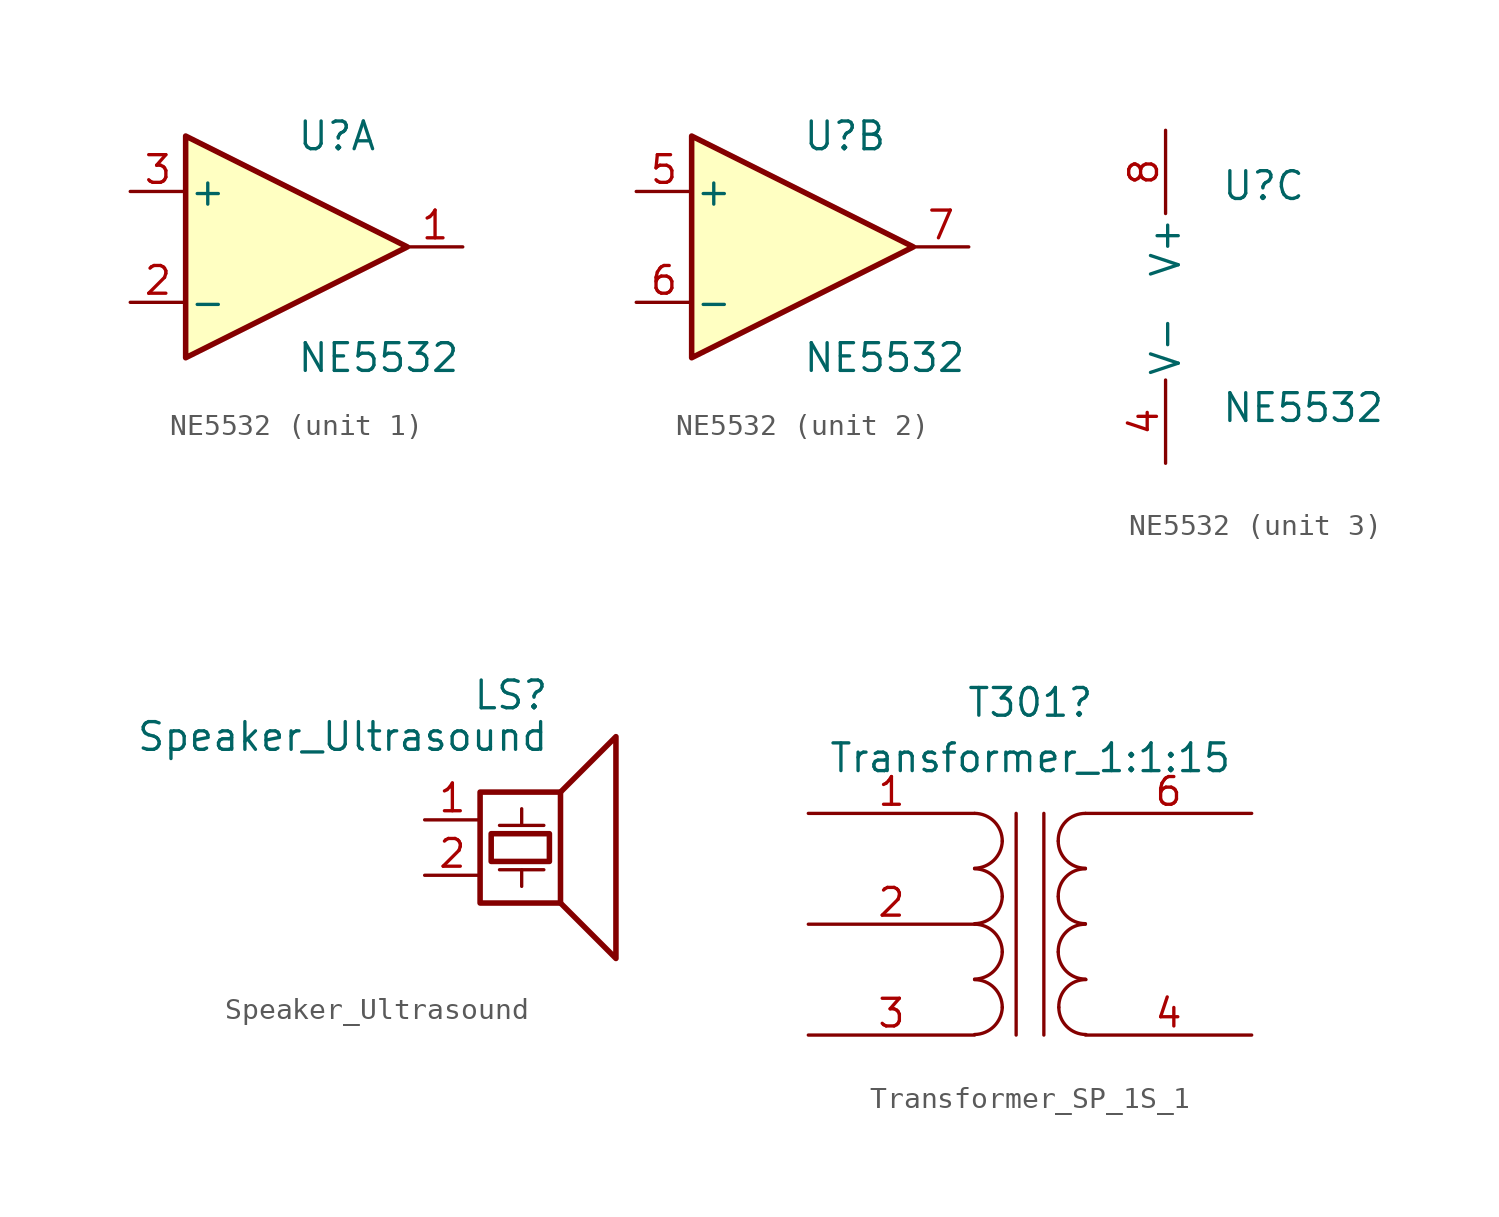
<source format=kicad_sym>
(kicad_symbol_lib
  (version 20220914)
  (generator kicad_symbol_editor)
  (symbol "NE5532"
    (pin_names
      (offset 0.127))
    (property "Reference" "U"
      (at 0 5.08 0)
      (effects (font (size 1.27 1.27)) (justify left)))
    (property "Value" "NE5532"
      (at 0 -5.08 0)
      (effects (font (size 1.27 1.27)) (justify left)))
    (property "ki_locked" ""
      (at 0 0 0)
      (effects (font (size 1.27 1.27))))
    (symbol "NE5532_1_1"
      (polyline (pts (xy -5.08 5.08) (xy 5.08 0) (xy -5.08 -5.08) (xy -5.08 5.08)) (stroke (width 0.254) (type default)) (fill (type background)))
      (pin output line (at 7.62 0 180) (length 2.54) (name "~" (effects (font (size 1.27 1.27)))) (number "1" (effects (font (size 1.27 1.27)))))
      (pin input line (at -7.62 -2.54 0) (length 2.54) (name "-" (effects (font (size 1.27 1.27)))) (number "2" (effects (font (size 1.27 1.27)))))
      (pin input line (at -7.62 2.54 0) (length 2.54) (name "+" (effects (font (size 1.27 1.27)))) (number "3" (effects (font (size 1.27 1.27))))))
    (symbol "NE5532_2_1"
      (polyline (pts (xy -5.08 5.08) (xy 5.08 0) (xy -5.08 -5.08) (xy -5.08 5.08)) (stroke (width 0.254) (type default)) (fill (type background)))
      (pin input line (at -7.62 2.54 0) (length 2.54) (name "+" (effects (font (size 1.27 1.27)))) (number "5" (effects (font (size 1.27 1.27)))))
      (pin input line (at -7.62 -2.54 0) (length 2.54) (name "-" (effects (font (size 1.27 1.27)))) (number "6" (effects (font (size 1.27 1.27)))))
      (pin output line (at 7.62 0 180) (length 2.54) (name "~" (effects (font (size 1.27 1.27)))) (number "7" (effects (font (size 1.27 1.27))))))
    (symbol "NE5532_3_1"
      (pin power_in line (at -2.54 -7.62 90) (length 3.81) (name "V-" (effects (font (size 1.27 1.27)))) (number "4" (effects (font (size 1.27 1.27)))))
      (pin power_in line (at -2.54 7.62 270) (length 3.81) (name "V+" (effects (font (size 1.27 1.27)))) (number "8" (effects (font (size 1.27 1.27)))))))
  (symbol "Speaker_Ultrasound"
    (pin_names
      (offset 0) hide)
    (property "Reference" "LS"
      (at 0.635 5.715 0)
      (effects (font (size 1.27 1.27)) (justify right)))
    (property "Value" "Speaker_Ultrasound"
      (at 0.635 3.81 0)
      (effects (font (size 1.27 1.27)) (justify right)))
    (symbol "Speaker_Ultrasound_0_0"
      (rectangle (start -2.54 1.27) (end 1.143 -3.81) (stroke (width 0.254) (type default)) (fill (type none)))
      (rectangle (start -2.032 -0.635) (end 0.635 -1.905) (stroke (width 0.254) (type default)) (fill (type none)))
      (polyline (pts (xy -1.651 -2.286) (xy 0.381 -2.286)) (stroke (width 0) (type default)) (fill (type none)))
      (polyline (pts (xy -1.651 -0.254) (xy 0.381 -0.254)) (stroke (width 0) (type default)) (fill (type none)))
      (polyline (pts (xy -0.635 -2.286) (xy -0.635 -3.048)) (stroke (width 0) (type default)) (fill (type none)))
      (polyline (pts (xy -0.635 -0.254) (xy -0.635 0.508)) (stroke (width 0) (type default)) (fill (type none)))
      (polyline (pts (xy 1.143 1.27) (xy 3.683 3.81) (xy 3.683 -6.35) (xy 1.143 -3.81)) (stroke (width 0.254) (type default)) (fill (type none))))
    (symbol "Speaker_Ultrasound_1_1"
      (pin input line (at -5.08 0 0) (length 2.54) (name "1" (effects (font (size 1.27 1.27)))) (number "1" (effects (font (size 1.27 1.27)))))
      (pin input line (at -5.08 -2.54 0) (length 2.54) (name "2" (effects (font (size 1.27 1.27)))) (number "2" (effects (font (size 1.27 1.27)))))))
  (symbol "Transformer_SP_1S_1"
    (pin_names
      (offset 1.016) hide)
    (property "Reference" "T301"
      (at 0.013 10.16 0)
      (effects (font (size 1.27 1.27))))
    (property "Value" "Transformer_1:1:15"
      (at 0.013 7.62 0)
      (effects (font (size 1.27 1.27))))
    (symbol "Transformer_SP_1S_1_0_1"
      (arc (start -2.54 -5.0546) (mid -1.6561 -4.6863) (end -1.27 -3.81) (stroke (width 0) (type default)) (fill (type none)))
      (arc (start -2.54 -2.5146) (mid -1.6561 -2.1463) (end -1.27 -1.27) (stroke (width 0) (type default)) (fill (type none)))
      (arc (start -2.54 0.0254) (mid -1.6561 0.3937) (end -1.27 1.27) (stroke (width 0) (type default)) (fill (type none)))
      (arc (start -2.54 2.5654) (mid -1.6561 2.9337) (end -1.27 3.81) (stroke (width 0) (type default)) (fill (type none)))
      (arc (start -1.27 -3.81) (mid -1.642 -2.912) (end -2.54 -2.54) (stroke (width 0) (type default)) (fill (type none)))
      (arc (start -1.27 -1.27) (mid -1.642 -0.372) (end -2.54 0) (stroke (width 0) (type default)) (fill (type none)))
      (arc (start -1.27 1.27) (mid -1.642 2.168) (end -2.54 2.54) (stroke (width 0) (type default)) (fill (type none)))
      (arc (start -1.27 3.81) (mid -1.642 4.708) (end -2.54 5.08) (stroke (width 0) (type default)) (fill (type none)))
      (polyline (pts (xy -0.635 5.08) (xy -0.635 -5.08)) (stroke (width 0) (type default)) (fill (type none)))
      (polyline (pts (xy 0.635 -5.08) (xy 0.635 5.08)) (stroke (width 0) (type default)) (fill (type none)))
      (arc (start 1.2954 -1.27) (mid 1.6599 -2.1501) (end 2.54 -2.5146) (stroke (width 0) (type default)) (fill (type none)))
      (arc (start 1.2954 1.27) (mid 1.6599 0.3899) (end 2.54 0.0254) (stroke (width 0) (type default)) (fill (type none)))
      (arc (start 1.2954 3.81) (mid 1.6599 2.9299) (end 2.54 2.5654) (stroke (width 0) (type default)) (fill (type none)))
      (arc (start 1.3208 -3.81) (mid 1.6853 -4.6901) (end 2.5654 -5.0546) (stroke (width 0) (type default)) (fill (type none)))
      (arc (start 2.54 0) (mid 1.6456 -0.3683) (end 1.2954 -1.27) (stroke (width 0) (type default)) (fill (type none)))
      (arc (start 2.54 2.54) (mid 1.6456 2.1717) (end 1.2954 1.27) (stroke (width 0) (type default)) (fill (type none)))
      (arc (start 2.54 5.08) (mid 1.6456 4.7117) (end 1.2954 3.81) (stroke (width 0) (type default)) (fill (type none)))
      (arc (start 2.5654 -2.54) (mid 1.671 -2.9083) (end 1.3208 -3.81) (stroke (width 0) (type default)) (fill (type none))))
    (symbol "Transformer_SP_1S_1_1_1"
      (pin passive line (at -10.16 5.08 0) (length 7.62) (name "PR1" (effects (font (size 1.27 1.27)))) (number "1" (effects (font (size 1.27 1.27)))))
      (pin passive line (at -10.16 0 0) (length 7.62) (name "PM" (effects (font (size 1.27 1.27)))) (number "2" (effects (font (size 1.27 1.27)))))
      (pin passive line (at -10.16 -5.08 0) (length 7.62) (name "PR2" (effects (font (size 1.27 1.27)))) (number "3" (effects (font (size 1.27 1.27)))))
      (pin passive line (at 10.16 -5.08 180) (length 7.62) (name "S1" (effects (font (size 1.27 1.27)))) (number "4" (effects (font (size 1.27 1.27)))))
      (pin passive line (at 10.16 5.08 180) (length 7.62) (name "S2" (effects (font (size 1.27 1.27)))) (number "6" (effects (font (size 1.27 1.27))))))))
</source>
